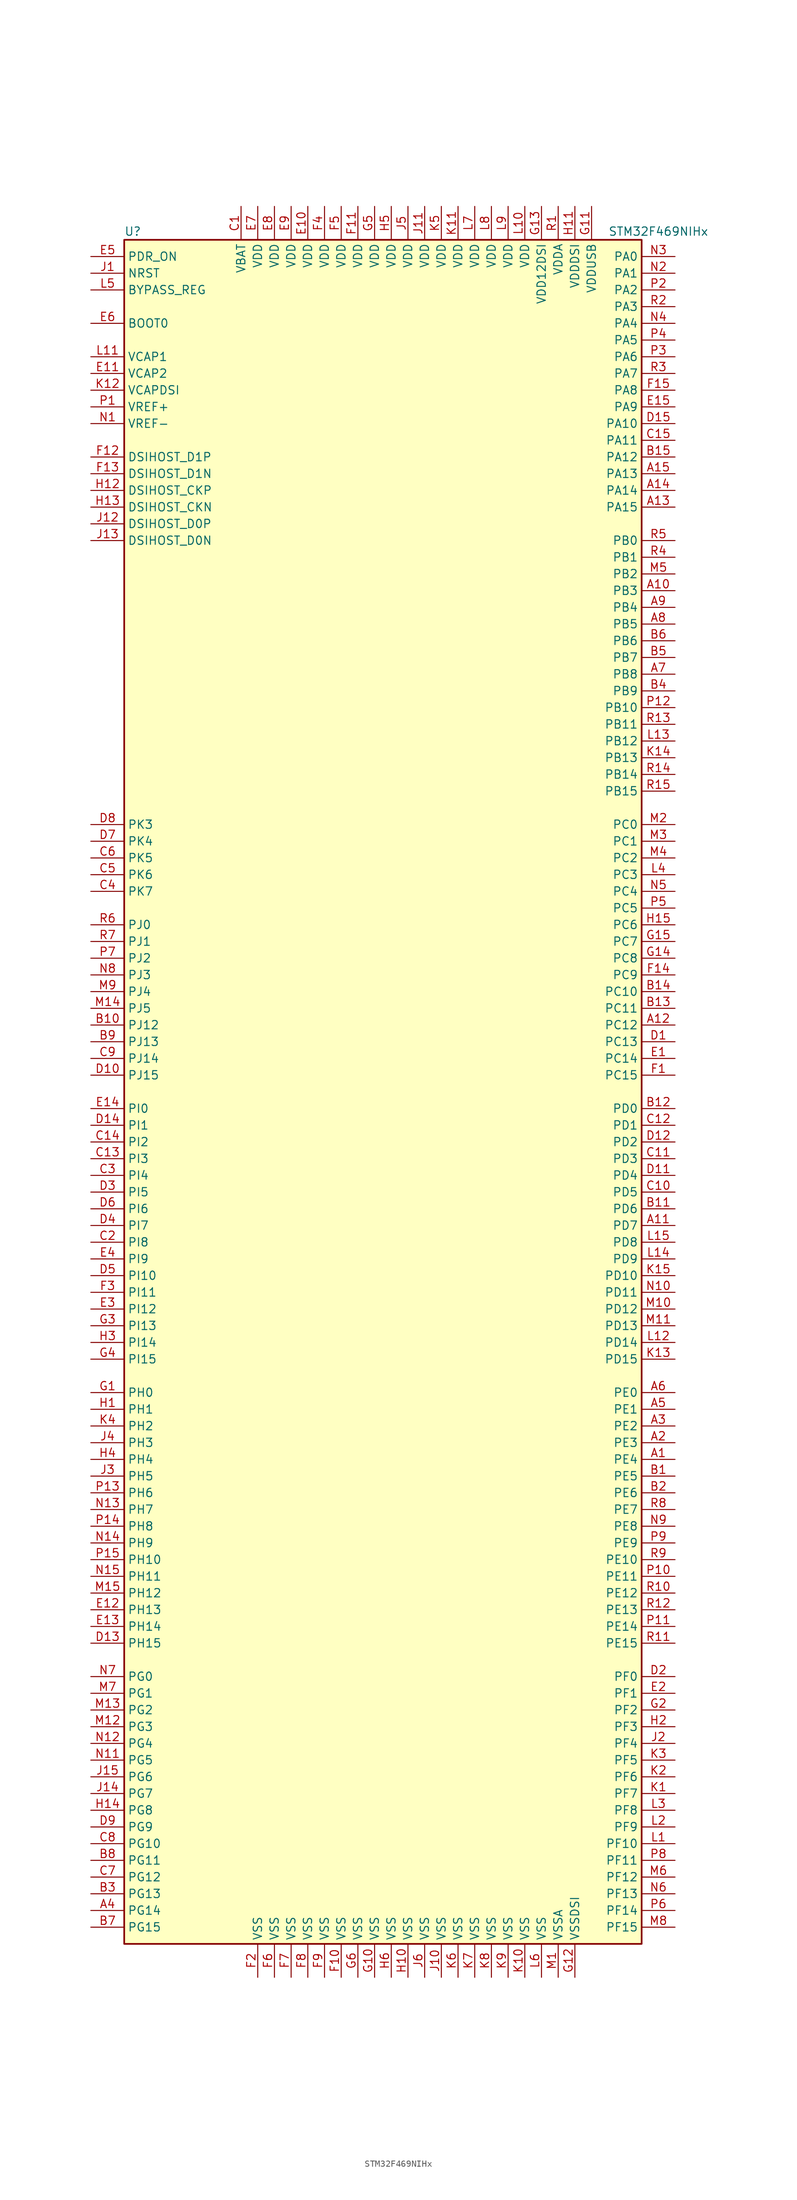
<source format=kicad_sym>
(kicad_symbol_lib
  (version 20211014)
  (generator kicad_symbol_editor)
  (symbol "STM32F469NIHx"
    (property "Reference" "U"
      (at -40.64 130.81 0)
      (effects (font (size 1.27 1.27)) (justify left)))
    (property "Value" "STM32F469NIHx"
      (at 33.02 130.81 0)
      (effects (font (size 1.27 1.27)) (justify left)))
    (symbol "STM32F469NIHx_0_1"
      (rectangle (start -40.64 -129.54) (end 38.1 129.54) (stroke (width 0.254) (type default) (color 0 0 0 0)) (fill (type background))))
    (symbol "STM32F469NIHx_1_1"
      (pin bidirectional line (at 43.18 -55.88 180) (length 5.08) (name "PE4" (effects (font (size 1.27 1.27)))) (number "A1" (effects (font (size 1.27 1.27)))))
      (pin bidirectional line (at 43.18 76.2 180) (length 5.08) (name "PB3" (effects (font (size 1.27 1.27)))) (number "A10" (effects (font (size 1.27 1.27)))))
      (pin bidirectional line (at 43.18 -20.32 180) (length 5.08) (name "PD7" (effects (font (size 1.27 1.27)))) (number "A11" (effects (font (size 1.27 1.27)))))
      (pin bidirectional line (at 43.18 10.16 180) (length 5.08) (name "PC12" (effects (font (size 1.27 1.27)))) (number "A12" (effects (font (size 1.27 1.27)))))
      (pin bidirectional line (at 43.18 88.9 180) (length 5.08) (name "PA15" (effects (font (size 1.27 1.27)))) (number "A13" (effects (font (size 1.27 1.27)))))
      (pin bidirectional line (at 43.18 91.44 180) (length 5.08) (name "PA14" (effects (font (size 1.27 1.27)))) (number "A14" (effects (font (size 1.27 1.27)))))
      (pin bidirectional line (at 43.18 93.98 180) (length 5.08) (name "PA13" (effects (font (size 1.27 1.27)))) (number "A15" (effects (font (size 1.27 1.27)))))
      (pin bidirectional line (at 43.18 -53.34 180) (length 5.08) (name "PE3" (effects (font (size 1.27 1.27)))) (number "A2" (effects (font (size 1.27 1.27)))))
      (pin bidirectional line (at 43.18 -50.8 180) (length 5.08) (name "PE2" (effects (font (size 1.27 1.27)))) (number "A3" (effects (font (size 1.27 1.27)))))
      (pin bidirectional line (at -45.72 -124.46 0) (length 5.08) (name "PG14" (effects (font (size 1.27 1.27)))) (number "A4" (effects (font (size 1.27 1.27)))))
      (pin bidirectional line (at 43.18 -48.26 180) (length 5.08) (name "PE1" (effects (font (size 1.27 1.27)))) (number "A5" (effects (font (size 1.27 1.27)))))
      (pin bidirectional line (at 43.18 -45.72 180) (length 5.08) (name "PE0" (effects (font (size 1.27 1.27)))) (number "A6" (effects (font (size 1.27 1.27)))))
      (pin bidirectional line (at 43.18 63.5 180) (length 5.08) (name "PB8" (effects (font (size 1.27 1.27)))) (number "A7" (effects (font (size 1.27 1.27)))))
      (pin bidirectional line (at 43.18 71.12 180) (length 5.08) (name "PB5" (effects (font (size 1.27 1.27)))) (number "A8" (effects (font (size 1.27 1.27)))))
      (pin bidirectional line (at 43.18 73.66 180) (length 5.08) (name "PB4" (effects (font (size 1.27 1.27)))) (number "A9" (effects (font (size 1.27 1.27)))))
      (pin bidirectional line (at 43.18 -58.42 180) (length 5.08) (name "PE5" (effects (font (size 1.27 1.27)))) (number "B1" (effects (font (size 1.27 1.27)))))
      (pin bidirectional line (at -45.72 10.16 0) (length 5.08) (name "PJ12" (effects (font (size 1.27 1.27)))) (number "B10" (effects (font (size 1.27 1.27)))))
      (pin bidirectional line (at 43.18 -17.78 180) (length 5.08) (name "PD6" (effects (font (size 1.27 1.27)))) (number "B11" (effects (font (size 1.27 1.27)))))
      (pin bidirectional line (at 43.18 -2.54 180) (length 5.08) (name "PD0" (effects (font (size 1.27 1.27)))) (number "B12" (effects (font (size 1.27 1.27)))))
      (pin bidirectional line (at 43.18 12.7 180) (length 5.08) (name "PC11" (effects (font (size 1.27 1.27)))) (number "B13" (effects (font (size 1.27 1.27)))))
      (pin bidirectional line (at 43.18 15.24 180) (length 5.08) (name "PC10" (effects (font (size 1.27 1.27)))) (number "B14" (effects (font (size 1.27 1.27)))))
      (pin bidirectional line (at 43.18 96.52 180) (length 5.08) (name "PA12" (effects (font (size 1.27 1.27)))) (number "B15" (effects (font (size 1.27 1.27)))))
      (pin bidirectional line (at 43.18 -60.96 180) (length 5.08) (name "PE6" (effects (font (size 1.27 1.27)))) (number "B2" (effects (font (size 1.27 1.27)))))
      (pin bidirectional line (at -45.72 -121.92 0) (length 5.08) (name "PG13" (effects (font (size 1.27 1.27)))) (number "B3" (effects (font (size 1.27 1.27)))))
      (pin bidirectional line (at 43.18 60.96 180) (length 5.08) (name "PB9" (effects (font (size 1.27 1.27)))) (number "B4" (effects (font (size 1.27 1.27)))))
      (pin bidirectional line (at 43.18 66.04 180) (length 5.08) (name "PB7" (effects (font (size 1.27 1.27)))) (number "B5" (effects (font (size 1.27 1.27)))))
      (pin bidirectional line (at 43.18 68.58 180) (length 5.08) (name "PB6" (effects (font (size 1.27 1.27)))) (number "B6" (effects (font (size 1.27 1.27)))))
      (pin bidirectional line (at -45.72 -127 0) (length 5.08) (name "PG15" (effects (font (size 1.27 1.27)))) (number "B7" (effects (font (size 1.27 1.27)))))
      (pin bidirectional line (at -45.72 -116.84 0) (length 5.08) (name "PG11" (effects (font (size 1.27 1.27)))) (number "B8" (effects (font (size 1.27 1.27)))))
      (pin bidirectional line (at -45.72 7.62 0) (length 5.08) (name "PJ13" (effects (font (size 1.27 1.27)))) (number "B9" (effects (font (size 1.27 1.27)))))
      (pin power_in line (at -22.86 134.62 270) (length 5.08) (name "VBAT" (effects (font (size 1.27 1.27)))) (number "C1" (effects (font (size 1.27 1.27)))))
      (pin bidirectional line (at 43.18 -15.24 180) (length 5.08) (name "PD5" (effects (font (size 1.27 1.27)))) (number "C10" (effects (font (size 1.27 1.27)))))
      (pin bidirectional line (at 43.18 -10.16 180) (length 5.08) (name "PD3" (effects (font (size 1.27 1.27)))) (number "C11" (effects (font (size 1.27 1.27)))))
      (pin bidirectional line (at 43.18 -5.08 180) (length 5.08) (name "PD1" (effects (font (size 1.27 1.27)))) (number "C12" (effects (font (size 1.27 1.27)))))
      (pin bidirectional line (at -45.72 -10.16 0) (length 5.08) (name "PI3" (effects (font (size 1.27 1.27)))) (number "C13" (effects (font (size 1.27 1.27)))))
      (pin bidirectional line (at -45.72 -7.62 0) (length 5.08) (name "PI2" (effects (font (size 1.27 1.27)))) (number "C14" (effects (font (size 1.27 1.27)))))
      (pin bidirectional line (at 43.18 99.06 180) (length 5.08) (name "PA11" (effects (font (size 1.27 1.27)))) (number "C15" (effects (font (size 1.27 1.27)))))
      (pin bidirectional line (at -45.72 -22.86 0) (length 5.08) (name "PI8" (effects (font (size 1.27 1.27)))) (number "C2" (effects (font (size 1.27 1.27)))))
      (pin bidirectional line (at -45.72 -12.7 0) (length 5.08) (name "PI4" (effects (font (size 1.27 1.27)))) (number "C3" (effects (font (size 1.27 1.27)))))
      (pin bidirectional line (at -45.72 30.48 0) (length 5.08) (name "PK7" (effects (font (size 1.27 1.27)))) (number "C4" (effects (font (size 1.27 1.27)))))
      (pin bidirectional line (at -45.72 33.02 0) (length 5.08) (name "PK6" (effects (font (size 1.27 1.27)))) (number "C5" (effects (font (size 1.27 1.27)))))
      (pin bidirectional line (at -45.72 35.56 0) (length 5.08) (name "PK5" (effects (font (size 1.27 1.27)))) (number "C6" (effects (font (size 1.27 1.27)))))
      (pin bidirectional line (at -45.72 -119.38 0) (length 5.08) (name "PG12" (effects (font (size 1.27 1.27)))) (number "C7" (effects (font (size 1.27 1.27)))))
      (pin bidirectional line (at -45.72 -114.3 0) (length 5.08) (name "PG10" (effects (font (size 1.27 1.27)))) (number "C8" (effects (font (size 1.27 1.27)))))
      (pin bidirectional line (at -45.72 5.08 0) (length 5.08) (name "PJ14" (effects (font (size 1.27 1.27)))) (number "C9" (effects (font (size 1.27 1.27)))))
      (pin bidirectional line (at 43.18 7.62 180) (length 5.08) (name "PC13" (effects (font (size 1.27 1.27)))) (number "D1" (effects (font (size 1.27 1.27)))))
      (pin bidirectional line (at -45.72 2.54 0) (length 5.08) (name "PJ15" (effects (font (size 1.27 1.27)))) (number "D10" (effects (font (size 1.27 1.27)))))
      (pin bidirectional line (at 43.18 -12.7 180) (length 5.08) (name "PD4" (effects (font (size 1.27 1.27)))) (number "D11" (effects (font (size 1.27 1.27)))))
      (pin bidirectional line (at 43.18 -7.62 180) (length 5.08) (name "PD2" (effects (font (size 1.27 1.27)))) (number "D12" (effects (font (size 1.27 1.27)))))
      (pin bidirectional line (at -45.72 -83.82 0) (length 5.08) (name "PH15" (effects (font (size 1.27 1.27)))) (number "D13" (effects (font (size 1.27 1.27)))))
      (pin bidirectional line (at -45.72 -5.08 0) (length 5.08) (name "PI1" (effects (font (size 1.27 1.27)))) (number "D14" (effects (font (size 1.27 1.27)))))
      (pin bidirectional line (at 43.18 101.6 180) (length 5.08) (name "PA10" (effects (font (size 1.27 1.27)))) (number "D15" (effects (font (size 1.27 1.27)))))
      (pin bidirectional line (at 43.18 -88.9 180) (length 5.08) (name "PF0" (effects (font (size 1.27 1.27)))) (number "D2" (effects (font (size 1.27 1.27)))))
      (pin bidirectional line (at -45.72 -15.24 0) (length 5.08) (name "PI5" (effects (font (size 1.27 1.27)))) (number "D3" (effects (font (size 1.27 1.27)))))
      (pin bidirectional line (at -45.72 -20.32 0) (length 5.08) (name "PI7" (effects (font (size 1.27 1.27)))) (number "D4" (effects (font (size 1.27 1.27)))))
      (pin bidirectional line (at -45.72 -27.94 0) (length 5.08) (name "PI10" (effects (font (size 1.27 1.27)))) (number "D5" (effects (font (size 1.27 1.27)))))
      (pin bidirectional line (at -45.72 -17.78 0) (length 5.08) (name "PI6" (effects (font (size 1.27 1.27)))) (number "D6" (effects (font (size 1.27 1.27)))))
      (pin bidirectional line (at -45.72 38.1 0) (length 5.08) (name "PK4" (effects (font (size 1.27 1.27)))) (number "D7" (effects (font (size 1.27 1.27)))))
      (pin bidirectional line (at -45.72 40.64 0) (length 5.08) (name "PK3" (effects (font (size 1.27 1.27)))) (number "D8" (effects (font (size 1.27 1.27)))))
      (pin bidirectional line (at -45.72 -111.76 0) (length 5.08) (name "PG9" (effects (font (size 1.27 1.27)))) (number "D9" (effects (font (size 1.27 1.27)))))
      (pin bidirectional line (at 43.18 5.08 180) (length 5.08) (name "PC14" (effects (font (size 1.27 1.27)))) (number "E1" (effects (font (size 1.27 1.27)))))
      (pin power_in line (at -12.7 134.62 270) (length 5.08) (name "VDD" (effects (font (size 1.27 1.27)))) (number "E10" (effects (font (size 1.27 1.27)))))
      (pin power_in line (at -45.72 109.22 0) (length 5.08) (name "VCAP2" (effects (font (size 1.27 1.27)))) (number "E11" (effects (font (size 1.27 1.27)))))
      (pin bidirectional line (at -45.72 -78.74 0) (length 5.08) (name "PH13" (effects (font (size 1.27 1.27)))) (number "E12" (effects (font (size 1.27 1.27)))))
      (pin bidirectional line (at -45.72 -81.28 0) (length 5.08) (name "PH14" (effects (font (size 1.27 1.27)))) (number "E13" (effects (font (size 1.27 1.27)))))
      (pin bidirectional line (at -45.72 -2.54 0) (length 5.08) (name "PI0" (effects (font (size 1.27 1.27)))) (number "E14" (effects (font (size 1.27 1.27)))))
      (pin bidirectional line (at 43.18 104.14 180) (length 5.08) (name "PA9" (effects (font (size 1.27 1.27)))) (number "E15" (effects (font (size 1.27 1.27)))))
      (pin bidirectional line (at 43.18 -91.44 180) (length 5.08) (name "PF1" (effects (font (size 1.27 1.27)))) (number "E2" (effects (font (size 1.27 1.27)))))
      (pin bidirectional line (at -45.72 -33.02 0) (length 5.08) (name "PI12" (effects (font (size 1.27 1.27)))) (number "E3" (effects (font (size 1.27 1.27)))))
      (pin bidirectional line (at -45.72 -25.4 0) (length 5.08) (name "PI9" (effects (font (size 1.27 1.27)))) (number "E4" (effects (font (size 1.27 1.27)))))
      (pin input line (at -45.72 127 0) (length 5.08) (name "PDR_ON" (effects (font (size 1.27 1.27)))) (number "E5" (effects (font (size 1.27 1.27)))))
      (pin input line (at -45.72 116.84 0) (length 5.08) (name "BOOT0" (effects (font (size 1.27 1.27)))) (number "E6" (effects (font (size 1.27 1.27)))))
      (pin power_in line (at -20.32 134.62 270) (length 5.08) (name "VDD" (effects (font (size 1.27 1.27)))) (number "E7" (effects (font (size 1.27 1.27)))))
      (pin power_in line (at -17.78 134.62 270) (length 5.08) (name "VDD" (effects (font (size 1.27 1.27)))) (number "E8" (effects (font (size 1.27 1.27)))))
      (pin power_in line (at -15.24 134.62 270) (length 5.08) (name "VDD" (effects (font (size 1.27 1.27)))) (number "E9" (effects (font (size 1.27 1.27)))))
      (pin bidirectional line (at 43.18 2.54 180) (length 5.08) (name "PC15" (effects (font (size 1.27 1.27)))) (number "F1" (effects (font (size 1.27 1.27)))))
      (pin power_in line (at -7.62 -134.62 90) (length 5.08) (name "VSS" (effects (font (size 1.27 1.27)))) (number "F10" (effects (font (size 1.27 1.27)))))
      (pin power_in line (at -5.08 134.62 270) (length 5.08) (name "VDD" (effects (font (size 1.27 1.27)))) (number "F11" (effects (font (size 1.27 1.27)))))
      (pin bidirectional line (at -45.72 96.52 0) (length 5.08) (name "DSIHOST_D1P" (effects (font (size 1.27 1.27)))) (number "F12" (effects (font (size 1.27 1.27)))))
      (pin bidirectional line (at -45.72 93.98 0) (length 5.08) (name "DSIHOST_D1N" (effects (font (size 1.27 1.27)))) (number "F13" (effects (font (size 1.27 1.27)))))
      (pin bidirectional line (at 43.18 17.78 180) (length 5.08) (name "PC9" (effects (font (size 1.27 1.27)))) (number "F14" (effects (font (size 1.27 1.27)))))
      (pin bidirectional line (at 43.18 106.68 180) (length 5.08) (name "PA8" (effects (font (size 1.27 1.27)))) (number "F15" (effects (font (size 1.27 1.27)))))
      (pin power_in line (at -20.32 -134.62 90) (length 5.08) (name "VSS" (effects (font (size 1.27 1.27)))) (number "F2" (effects (font (size 1.27 1.27)))))
      (pin bidirectional line (at -45.72 -30.48 0) (length 5.08) (name "PI11" (effects (font (size 1.27 1.27)))) (number "F3" (effects (font (size 1.27 1.27)))))
      (pin power_in line (at -10.16 134.62 270) (length 5.08) (name "VDD" (effects (font (size 1.27 1.27)))) (number "F4" (effects (font (size 1.27 1.27)))))
      (pin power_in line (at -7.62 134.62 270) (length 5.08) (name "VDD" (effects (font (size 1.27 1.27)))) (number "F5" (effects (font (size 1.27 1.27)))))
      (pin power_in line (at -17.78 -134.62 90) (length 5.08) (name "VSS" (effects (font (size 1.27 1.27)))) (number "F6" (effects (font (size 1.27 1.27)))))
      (pin power_in line (at -15.24 -134.62 90) (length 5.08) (name "VSS" (effects (font (size 1.27 1.27)))) (number "F7" (effects (font (size 1.27 1.27)))))
      (pin power_in line (at -12.7 -134.62 90) (length 5.08) (name "VSS" (effects (font (size 1.27 1.27)))) (number "F8" (effects (font (size 1.27 1.27)))))
      (pin power_in line (at -10.16 -134.62 90) (length 5.08) (name "VSS" (effects (font (size 1.27 1.27)))) (number "F9" (effects (font (size 1.27 1.27)))))
      (pin input line (at -45.72 -45.72 0) (length 5.08) (name "PH0" (effects (font (size 1.27 1.27)))) (number "G1" (effects (font (size 1.27 1.27)))))
      (pin power_in line (at -2.54 -134.62 90) (length 5.08) (name "VSS" (effects (font (size 1.27 1.27)))) (number "G10" (effects (font (size 1.27 1.27)))))
      (pin power_in line (at 30.48 134.62 270) (length 5.08) (name "VDDUSB" (effects (font (size 1.27 1.27)))) (number "G11" (effects (font (size 1.27 1.27)))))
      (pin power_in line (at 27.94 -134.62 90) (length 5.08) (name "VSSDSI" (effects (font (size 1.27 1.27)))) (number "G12" (effects (font (size 1.27 1.27)))))
      (pin power_in line (at 22.86 134.62 270) (length 5.08) (name "VDD12DSI" (effects (font (size 1.27 1.27)))) (number "G13" (effects (font (size 1.27 1.27)))))
      (pin bidirectional line (at 43.18 20.32 180) (length 5.08) (name "PC8" (effects (font (size 1.27 1.27)))) (number "G14" (effects (font (size 1.27 1.27)))))
      (pin bidirectional line (at 43.18 22.86 180) (length 5.08) (name "PC7" (effects (font (size 1.27 1.27)))) (number "G15" (effects (font (size 1.27 1.27)))))
      (pin bidirectional line (at 43.18 -93.98 180) (length 5.08) (name "PF2" (effects (font (size 1.27 1.27)))) (number "G2" (effects (font (size 1.27 1.27)))))
      (pin bidirectional line (at -45.72 -35.56 0) (length 5.08) (name "PI13" (effects (font (size 1.27 1.27)))) (number "G3" (effects (font (size 1.27 1.27)))))
      (pin bidirectional line (at -45.72 -40.64 0) (length 5.08) (name "PI15" (effects (font (size 1.27 1.27)))) (number "G4" (effects (font (size 1.27 1.27)))))
      (pin power_in line (at -2.54 134.62 270) (length 5.08) (name "VDD" (effects (font (size 1.27 1.27)))) (number "G5" (effects (font (size 1.27 1.27)))))
      (pin power_in line (at -5.08 -134.62 90) (length 5.08) (name "VSS" (effects (font (size 1.27 1.27)))) (number "G6" (effects (font (size 1.27 1.27)))))
      (pin input line (at -45.72 -48.26 0) (length 5.08) (name "PH1" (effects (font (size 1.27 1.27)))) (number "H1" (effects (font (size 1.27 1.27)))))
      (pin power_in line (at 2.54 -134.62 90) (length 5.08) (name "VSS" (effects (font (size 1.27 1.27)))) (number "H10" (effects (font (size 1.27 1.27)))))
      (pin power_in line (at 27.94 134.62 270) (length 5.08) (name "VDDDSI" (effects (font (size 1.27 1.27)))) (number "H11" (effects (font (size 1.27 1.27)))))
      (pin bidirectional line (at -45.72 91.44 0) (length 5.08) (name "DSIHOST_CKP" (effects (font (size 1.27 1.27)))) (number "H12" (effects (font (size 1.27 1.27)))))
      (pin bidirectional line (at -45.72 88.9 0) (length 5.08) (name "DSIHOST_CKN" (effects (font (size 1.27 1.27)))) (number "H13" (effects (font (size 1.27 1.27)))))
      (pin bidirectional line (at -45.72 -109.22 0) (length 5.08) (name "PG8" (effects (font (size 1.27 1.27)))) (number "H14" (effects (font (size 1.27 1.27)))))
      (pin bidirectional line (at 43.18 25.4 180) (length 5.08) (name "PC6" (effects (font (size 1.27 1.27)))) (number "H15" (effects (font (size 1.27 1.27)))))
      (pin bidirectional line (at 43.18 -96.52 180) (length 5.08) (name "PF3" (effects (font (size 1.27 1.27)))) (number "H2" (effects (font (size 1.27 1.27)))))
      (pin bidirectional line (at -45.72 -38.1 0) (length 5.08) (name "PI14" (effects (font (size 1.27 1.27)))) (number "H3" (effects (font (size 1.27 1.27)))))
      (pin bidirectional line (at -45.72 -55.88 0) (length 5.08) (name "PH4" (effects (font (size 1.27 1.27)))) (number "H4" (effects (font (size 1.27 1.27)))))
      (pin power_in line (at 0 134.62 270) (length 5.08) (name "VDD" (effects (font (size 1.27 1.27)))) (number "H5" (effects (font (size 1.27 1.27)))))
      (pin power_in line (at 0 -134.62 90) (length 5.08) (name "VSS" (effects (font (size 1.27 1.27)))) (number "H6" (effects (font (size 1.27 1.27)))))
      (pin input line (at -45.72 124.46 0) (length 5.08) (name "NRST" (effects (font (size 1.27 1.27)))) (number "J1" (effects (font (size 1.27 1.27)))))
      (pin power_in line (at 7.62 -134.62 90) (length 5.08) (name "VSS" (effects (font (size 1.27 1.27)))) (number "J10" (effects (font (size 1.27 1.27)))))
      (pin power_in line (at 5.08 134.62 270) (length 5.08) (name "VDD" (effects (font (size 1.27 1.27)))) (number "J11" (effects (font (size 1.27 1.27)))))
      (pin bidirectional line (at -45.72 86.36 0) (length 5.08) (name "DSIHOST_D0P" (effects (font (size 1.27 1.27)))) (number "J12" (effects (font (size 1.27 1.27)))))
      (pin bidirectional line (at -45.72 83.82 0) (length 5.08) (name "DSIHOST_D0N" (effects (font (size 1.27 1.27)))) (number "J13" (effects (font (size 1.27 1.27)))))
      (pin bidirectional line (at -45.72 -106.68 0) (length 5.08) (name "PG7" (effects (font (size 1.27 1.27)))) (number "J14" (effects (font (size 1.27 1.27)))))
      (pin bidirectional line (at -45.72 -104.14 0) (length 5.08) (name "PG6" (effects (font (size 1.27 1.27)))) (number "J15" (effects (font (size 1.27 1.27)))))
      (pin bidirectional line (at 43.18 -99.06 180) (length 5.08) (name "PF4" (effects (font (size 1.27 1.27)))) (number "J2" (effects (font (size 1.27 1.27)))))
      (pin bidirectional line (at -45.72 -58.42 0) (length 5.08) (name "PH5" (effects (font (size 1.27 1.27)))) (number "J3" (effects (font (size 1.27 1.27)))))
      (pin bidirectional line (at -45.72 -53.34 0) (length 5.08) (name "PH3" (effects (font (size 1.27 1.27)))) (number "J4" (effects (font (size 1.27 1.27)))))
      (pin power_in line (at 2.54 134.62 270) (length 5.08) (name "VDD" (effects (font (size 1.27 1.27)))) (number "J5" (effects (font (size 1.27 1.27)))))
      (pin power_in line (at 5.08 -134.62 90) (length 5.08) (name "VSS" (effects (font (size 1.27 1.27)))) (number "J6" (effects (font (size 1.27 1.27)))))
      (pin bidirectional line (at 43.18 -106.68 180) (length 5.08) (name "PF7" (effects (font (size 1.27 1.27)))) (number "K1" (effects (font (size 1.27 1.27)))))
      (pin power_in line (at 20.32 -134.62 90) (length 5.08) (name "VSS" (effects (font (size 1.27 1.27)))) (number "K10" (effects (font (size 1.27 1.27)))))
      (pin power_in line (at 10.16 134.62 270) (length 5.08) (name "VDD" (effects (font (size 1.27 1.27)))) (number "K11" (effects (font (size 1.27 1.27)))))
      (pin power_in line (at -45.72 106.68 0) (length 5.08) (name "VCAPDSI" (effects (font (size 1.27 1.27)))) (number "K12" (effects (font (size 1.27 1.27)))))
      (pin bidirectional line (at 43.18 -40.64 180) (length 5.08) (name "PD15" (effects (font (size 1.27 1.27)))) (number "K13" (effects (font (size 1.27 1.27)))))
      (pin bidirectional line (at 43.18 50.8 180) (length 5.08) (name "PB13" (effects (font (size 1.27 1.27)))) (number "K14" (effects (font (size 1.27 1.27)))))
      (pin bidirectional line (at 43.18 -27.94 180) (length 5.08) (name "PD10" (effects (font (size 1.27 1.27)))) (number "K15" (effects (font (size 1.27 1.27)))))
      (pin bidirectional line (at 43.18 -104.14 180) (length 5.08) (name "PF6" (effects (font (size 1.27 1.27)))) (number "K2" (effects (font (size 1.27 1.27)))))
      (pin bidirectional line (at 43.18 -101.6 180) (length 5.08) (name "PF5" (effects (font (size 1.27 1.27)))) (number "K3" (effects (font (size 1.27 1.27)))))
      (pin bidirectional line (at -45.72 -50.8 0) (length 5.08) (name "PH2" (effects (font (size 1.27 1.27)))) (number "K4" (effects (font (size 1.27 1.27)))))
      (pin power_in line (at 7.62 134.62 270) (length 5.08) (name "VDD" (effects (font (size 1.27 1.27)))) (number "K5" (effects (font (size 1.27 1.27)))))
      (pin power_in line (at 10.16 -134.62 90) (length 5.08) (name "VSS" (effects (font (size 1.27 1.27)))) (number "K6" (effects (font (size 1.27 1.27)))))
      (pin power_in line (at 12.7 -134.62 90) (length 5.08) (name "VSS" (effects (font (size 1.27 1.27)))) (number "K7" (effects (font (size 1.27 1.27)))))
      (pin power_in line (at 15.24 -134.62 90) (length 5.08) (name "VSS" (effects (font (size 1.27 1.27)))) (number "K8" (effects (font (size 1.27 1.27)))))
      (pin power_in line (at 17.78 -134.62 90) (length 5.08) (name "VSS" (effects (font (size 1.27 1.27)))) (number "K9" (effects (font (size 1.27 1.27)))))
      (pin bidirectional line (at 43.18 -114.3 180) (length 5.08) (name "PF10" (effects (font (size 1.27 1.27)))) (number "L1" (effects (font (size 1.27 1.27)))))
      (pin power_in line (at 20.32 134.62 270) (length 5.08) (name "VDD" (effects (font (size 1.27 1.27)))) (number "L10" (effects (font (size 1.27 1.27)))))
      (pin power_in line (at -45.72 111.76 0) (length 5.08) (name "VCAP1" (effects (font (size 1.27 1.27)))) (number "L11" (effects (font (size 1.27 1.27)))))
      (pin bidirectional line (at 43.18 -38.1 180) (length 5.08) (name "PD14" (effects (font (size 1.27 1.27)))) (number "L12" (effects (font (size 1.27 1.27)))))
      (pin bidirectional line (at 43.18 53.34 180) (length 5.08) (name "PB12" (effects (font (size 1.27 1.27)))) (number "L13" (effects (font (size 1.27 1.27)))))
      (pin bidirectional line (at 43.18 -25.4 180) (length 5.08) (name "PD9" (effects (font (size 1.27 1.27)))) (number "L14" (effects (font (size 1.27 1.27)))))
      (pin bidirectional line (at 43.18 -22.86 180) (length 5.08) (name "PD8" (effects (font (size 1.27 1.27)))) (number "L15" (effects (font (size 1.27 1.27)))))
      (pin bidirectional line (at 43.18 -111.76 180) (length 5.08) (name "PF9" (effects (font (size 1.27 1.27)))) (number "L2" (effects (font (size 1.27 1.27)))))
      (pin bidirectional line (at 43.18 -109.22 180) (length 5.08) (name "PF8" (effects (font (size 1.27 1.27)))) (number "L3" (effects (font (size 1.27 1.27)))))
      (pin bidirectional line (at 43.18 33.02 180) (length 5.08) (name "PC3" (effects (font (size 1.27 1.27)))) (number "L4" (effects (font (size 1.27 1.27)))))
      (pin input line (at -45.72 121.92 0) (length 5.08) (name "BYPASS_REG" (effects (font (size 1.27 1.27)))) (number "L5" (effects (font (size 1.27 1.27)))))
      (pin power_in line (at 22.86 -134.62 90) (length 5.08) (name "VSS" (effects (font (size 1.27 1.27)))) (number "L6" (effects (font (size 1.27 1.27)))))
      (pin power_in line (at 12.7 134.62 270) (length 5.08) (name "VDD" (effects (font (size 1.27 1.27)))) (number "L7" (effects (font (size 1.27 1.27)))))
      (pin power_in line (at 15.24 134.62 270) (length 5.08) (name "VDD" (effects (font (size 1.27 1.27)))) (number "L8" (effects (font (size 1.27 1.27)))))
      (pin power_in line (at 17.78 134.62 270) (length 5.08) (name "VDD" (effects (font (size 1.27 1.27)))) (number "L9" (effects (font (size 1.27 1.27)))))
      (pin power_in line (at 25.4 -134.62 90) (length 5.08) (name "VSSA" (effects (font (size 1.27 1.27)))) (number "M1" (effects (font (size 1.27 1.27)))))
      (pin bidirectional line (at 43.18 -33.02 180) (length 5.08) (name "PD12" (effects (font (size 1.27 1.27)))) (number "M10" (effects (font (size 1.27 1.27)))))
      (pin bidirectional line (at 43.18 -35.56 180) (length 5.08) (name "PD13" (effects (font (size 1.27 1.27)))) (number "M11" (effects (font (size 1.27 1.27)))))
      (pin bidirectional line (at -45.72 -96.52 0) (length 5.08) (name "PG3" (effects (font (size 1.27 1.27)))) (number "M12" (effects (font (size 1.27 1.27)))))
      (pin bidirectional line (at -45.72 -93.98 0) (length 5.08) (name "PG2" (effects (font (size 1.27 1.27)))) (number "M13" (effects (font (size 1.27 1.27)))))
      (pin bidirectional line (at -45.72 12.7 0) (length 5.08) (name "PJ5" (effects (font (size 1.27 1.27)))) (number "M14" (effects (font (size 1.27 1.27)))))
      (pin bidirectional line (at -45.72 -76.2 0) (length 5.08) (name "PH12" (effects (font (size 1.27 1.27)))) (number "M15" (effects (font (size 1.27 1.27)))))
      (pin bidirectional line (at 43.18 40.64 180) (length 5.08) (name "PC0" (effects (font (size 1.27 1.27)))) (number "M2" (effects (font (size 1.27 1.27)))))
      (pin bidirectional line (at 43.18 38.1 180) (length 5.08) (name "PC1" (effects (font (size 1.27 1.27)))) (number "M3" (effects (font (size 1.27 1.27)))))
      (pin bidirectional line (at 43.18 35.56 180) (length 5.08) (name "PC2" (effects (font (size 1.27 1.27)))) (number "M4" (effects (font (size 1.27 1.27)))))
      (pin bidirectional line (at 43.18 78.74 180) (length 5.08) (name "PB2" (effects (font (size 1.27 1.27)))) (number "M5" (effects (font (size 1.27 1.27)))))
      (pin bidirectional line (at 43.18 -119.38 180) (length 5.08) (name "PF12" (effects (font (size 1.27 1.27)))) (number "M6" (effects (font (size 1.27 1.27)))))
      (pin bidirectional line (at -45.72 -91.44 0) (length 5.08) (name "PG1" (effects (font (size 1.27 1.27)))) (number "M7" (effects (font (size 1.27 1.27)))))
      (pin bidirectional line (at 43.18 -127 180) (length 5.08) (name "PF15" (effects (font (size 1.27 1.27)))) (number "M8" (effects (font (size 1.27 1.27)))))
      (pin bidirectional line (at -45.72 15.24 0) (length 5.08) (name "PJ4" (effects (font (size 1.27 1.27)))) (number "M9" (effects (font (size 1.27 1.27)))))
      (pin power_in line (at -45.72 101.6 0) (length 5.08) (name "VREF-" (effects (font (size 1.27 1.27)))) (number "N1" (effects (font (size 1.27 1.27)))))
      (pin bidirectional line (at 43.18 -30.48 180) (length 5.08) (name "PD11" (effects (font (size 1.27 1.27)))) (number "N10" (effects (font (size 1.27 1.27)))))
      (pin bidirectional line (at -45.72 -101.6 0) (length 5.08) (name "PG5" (effects (font (size 1.27 1.27)))) (number "N11" (effects (font (size 1.27 1.27)))))
      (pin bidirectional line (at -45.72 -99.06 0) (length 5.08) (name "PG4" (effects (font (size 1.27 1.27)))) (number "N12" (effects (font (size 1.27 1.27)))))
      (pin bidirectional line (at -45.72 -63.5 0) (length 5.08) (name "PH7" (effects (font (size 1.27 1.27)))) (number "N13" (effects (font (size 1.27 1.27)))))
      (pin bidirectional line (at -45.72 -68.58 0) (length 5.08) (name "PH9" (effects (font (size 1.27 1.27)))) (number "N14" (effects (font (size 1.27 1.27)))))
      (pin bidirectional line (at -45.72 -73.66 0) (length 5.08) (name "PH11" (effects (font (size 1.27 1.27)))) (number "N15" (effects (font (size 1.27 1.27)))))
      (pin bidirectional line (at 43.18 124.46 180) (length 5.08) (name "PA1" (effects (font (size 1.27 1.27)))) (number "N2" (effects (font (size 1.27 1.27)))))
      (pin bidirectional line (at 43.18 127 180) (length 5.08) (name "PA0" (effects (font (size 1.27 1.27)))) (number "N3" (effects (font (size 1.27 1.27)))))
      (pin bidirectional line (at 43.18 116.84 180) (length 5.08) (name "PA4" (effects (font (size 1.27 1.27)))) (number "N4" (effects (font (size 1.27 1.27)))))
      (pin bidirectional line (at 43.18 30.48 180) (length 5.08) (name "PC4" (effects (font (size 1.27 1.27)))) (number "N5" (effects (font (size 1.27 1.27)))))
      (pin bidirectional line (at 43.18 -121.92 180) (length 5.08) (name "PF13" (effects (font (size 1.27 1.27)))) (number "N6" (effects (font (size 1.27 1.27)))))
      (pin bidirectional line (at -45.72 -88.9 0) (length 5.08) (name "PG0" (effects (font (size 1.27 1.27)))) (number "N7" (effects (font (size 1.27 1.27)))))
      (pin bidirectional line (at -45.72 17.78 0) (length 5.08) (name "PJ3" (effects (font (size 1.27 1.27)))) (number "N8" (effects (font (size 1.27 1.27)))))
      (pin bidirectional line (at 43.18 -66.04 180) (length 5.08) (name "PE8" (effects (font (size 1.27 1.27)))) (number "N9" (effects (font (size 1.27 1.27)))))
      (pin power_in line (at -45.72 104.14 0) (length 5.08) (name "VREF+" (effects (font (size 1.27 1.27)))) (number "P1" (effects (font (size 1.27 1.27)))))
      (pin bidirectional line (at 43.18 -73.66 180) (length 5.08) (name "PE11" (effects (font (size 1.27 1.27)))) (number "P10" (effects (font (size 1.27 1.27)))))
      (pin bidirectional line (at 43.18 -81.28 180) (length 5.08) (name "PE14" (effects (font (size 1.27 1.27)))) (number "P11" (effects (font (size 1.27 1.27)))))
      (pin bidirectional line (at 43.18 58.42 180) (length 5.08) (name "PB10" (effects (font (size 1.27 1.27)))) (number "P12" (effects (font (size 1.27 1.27)))))
      (pin bidirectional line (at -45.72 -60.96 0) (length 5.08) (name "PH6" (effects (font (size 1.27 1.27)))) (number "P13" (effects (font (size 1.27 1.27)))))
      (pin bidirectional line (at -45.72 -66.04 0) (length 5.08) (name "PH8" (effects (font (size 1.27 1.27)))) (number "P14" (effects (font (size 1.27 1.27)))))
      (pin bidirectional line (at -45.72 -71.12 0) (length 5.08) (name "PH10" (effects (font (size 1.27 1.27)))) (number "P15" (effects (font (size 1.27 1.27)))))
      (pin bidirectional line (at 43.18 121.92 180) (length 5.08) (name "PA2" (effects (font (size 1.27 1.27)))) (number "P2" (effects (font (size 1.27 1.27)))))
      (pin bidirectional line (at 43.18 111.76 180) (length 5.08) (name "PA6" (effects (font (size 1.27 1.27)))) (number "P3" (effects (font (size 1.27 1.27)))))
      (pin bidirectional line (at 43.18 114.3 180) (length 5.08) (name "PA5" (effects (font (size 1.27 1.27)))) (number "P4" (effects (font (size 1.27 1.27)))))
      (pin bidirectional line (at 43.18 27.94 180) (length 5.08) (name "PC5" (effects (font (size 1.27 1.27)))) (number "P5" (effects (font (size 1.27 1.27)))))
      (pin bidirectional line (at 43.18 -124.46 180) (length 5.08) (name "PF14" (effects (font (size 1.27 1.27)))) (number "P6" (effects (font (size 1.27 1.27)))))
      (pin bidirectional line (at -45.72 20.32 0) (length 5.08) (name "PJ2" (effects (font (size 1.27 1.27)))) (number "P7" (effects (font (size 1.27 1.27)))))
      (pin bidirectional line (at 43.18 -116.84 180) (length 5.08) (name "PF11" (effects (font (size 1.27 1.27)))) (number "P8" (effects (font (size 1.27 1.27)))))
      (pin bidirectional line (at 43.18 -68.58 180) (length 5.08) (name "PE9" (effects (font (size 1.27 1.27)))) (number "P9" (effects (font (size 1.27 1.27)))))
      (pin power_in line (at 25.4 134.62 270) (length 5.08) (name "VDDA" (effects (font (size 1.27 1.27)))) (number "R1" (effects (font (size 1.27 1.27)))))
      (pin bidirectional line (at 43.18 -76.2 180) (length 5.08) (name "PE12" (effects (font (size 1.27 1.27)))) (number "R10" (effects (font (size 1.27 1.27)))))
      (pin bidirectional line (at 43.18 -83.82 180) (length 5.08) (name "PE15" (effects (font (size 1.27 1.27)))) (number "R11" (effects (font (size 1.27 1.27)))))
      (pin bidirectional line (at 43.18 -78.74 180) (length 5.08) (name "PE13" (effects (font (size 1.27 1.27)))) (number "R12" (effects (font (size 1.27 1.27)))))
      (pin bidirectional line (at 43.18 55.88 180) (length 5.08) (name "PB11" (effects (font (size 1.27 1.27)))) (number "R13" (effects (font (size 1.27 1.27)))))
      (pin bidirectional line (at 43.18 48.26 180) (length 5.08) (name "PB14" (effects (font (size 1.27 1.27)))) (number "R14" (effects (font (size 1.27 1.27)))))
      (pin bidirectional line (at 43.18 45.72 180) (length 5.08) (name "PB15" (effects (font (size 1.27 1.27)))) (number "R15" (effects (font (size 1.27 1.27)))))
      (pin bidirectional line (at 43.18 119.38 180) (length 5.08) (name "PA3" (effects (font (size 1.27 1.27)))) (number "R2" (effects (font (size 1.27 1.27)))))
      (pin bidirectional line (at 43.18 109.22 180) (length 5.08) (name "PA7" (effects (font (size 1.27 1.27)))) (number "R3" (effects (font (size 1.27 1.27)))))
      (pin bidirectional line (at 43.18 81.28 180) (length 5.08) (name "PB1" (effects (font (size 1.27 1.27)))) (number "R4" (effects (font (size 1.27 1.27)))))
      (pin bidirectional line (at 43.18 83.82 180) (length 5.08) (name "PB0" (effects (font (size 1.27 1.27)))) (number "R5" (effects (font (size 1.27 1.27)))))
      (pin bidirectional line (at -45.72 25.4 0) (length 5.08) (name "PJ0" (effects (font (size 1.27 1.27)))) (number "R6" (effects (font (size 1.27 1.27)))))
      (pin bidirectional line (at -45.72 22.86 0) (length 5.08) (name "PJ1" (effects (font (size 1.27 1.27)))) (number "R7" (effects (font (size 1.27 1.27)))))
      (pin bidirectional line (at 43.18 -63.5 180) (length 5.08) (name "PE7" (effects (font (size 1.27 1.27)))) (number "R8" (effects (font (size 1.27 1.27)))))
      (pin bidirectional line (at 43.18 -71.12 180) (length 5.08) (name "PE10" (effects (font (size 1.27 1.27)))) (number "R9" (effects (font (size 1.27 1.27))))))))
</source>
